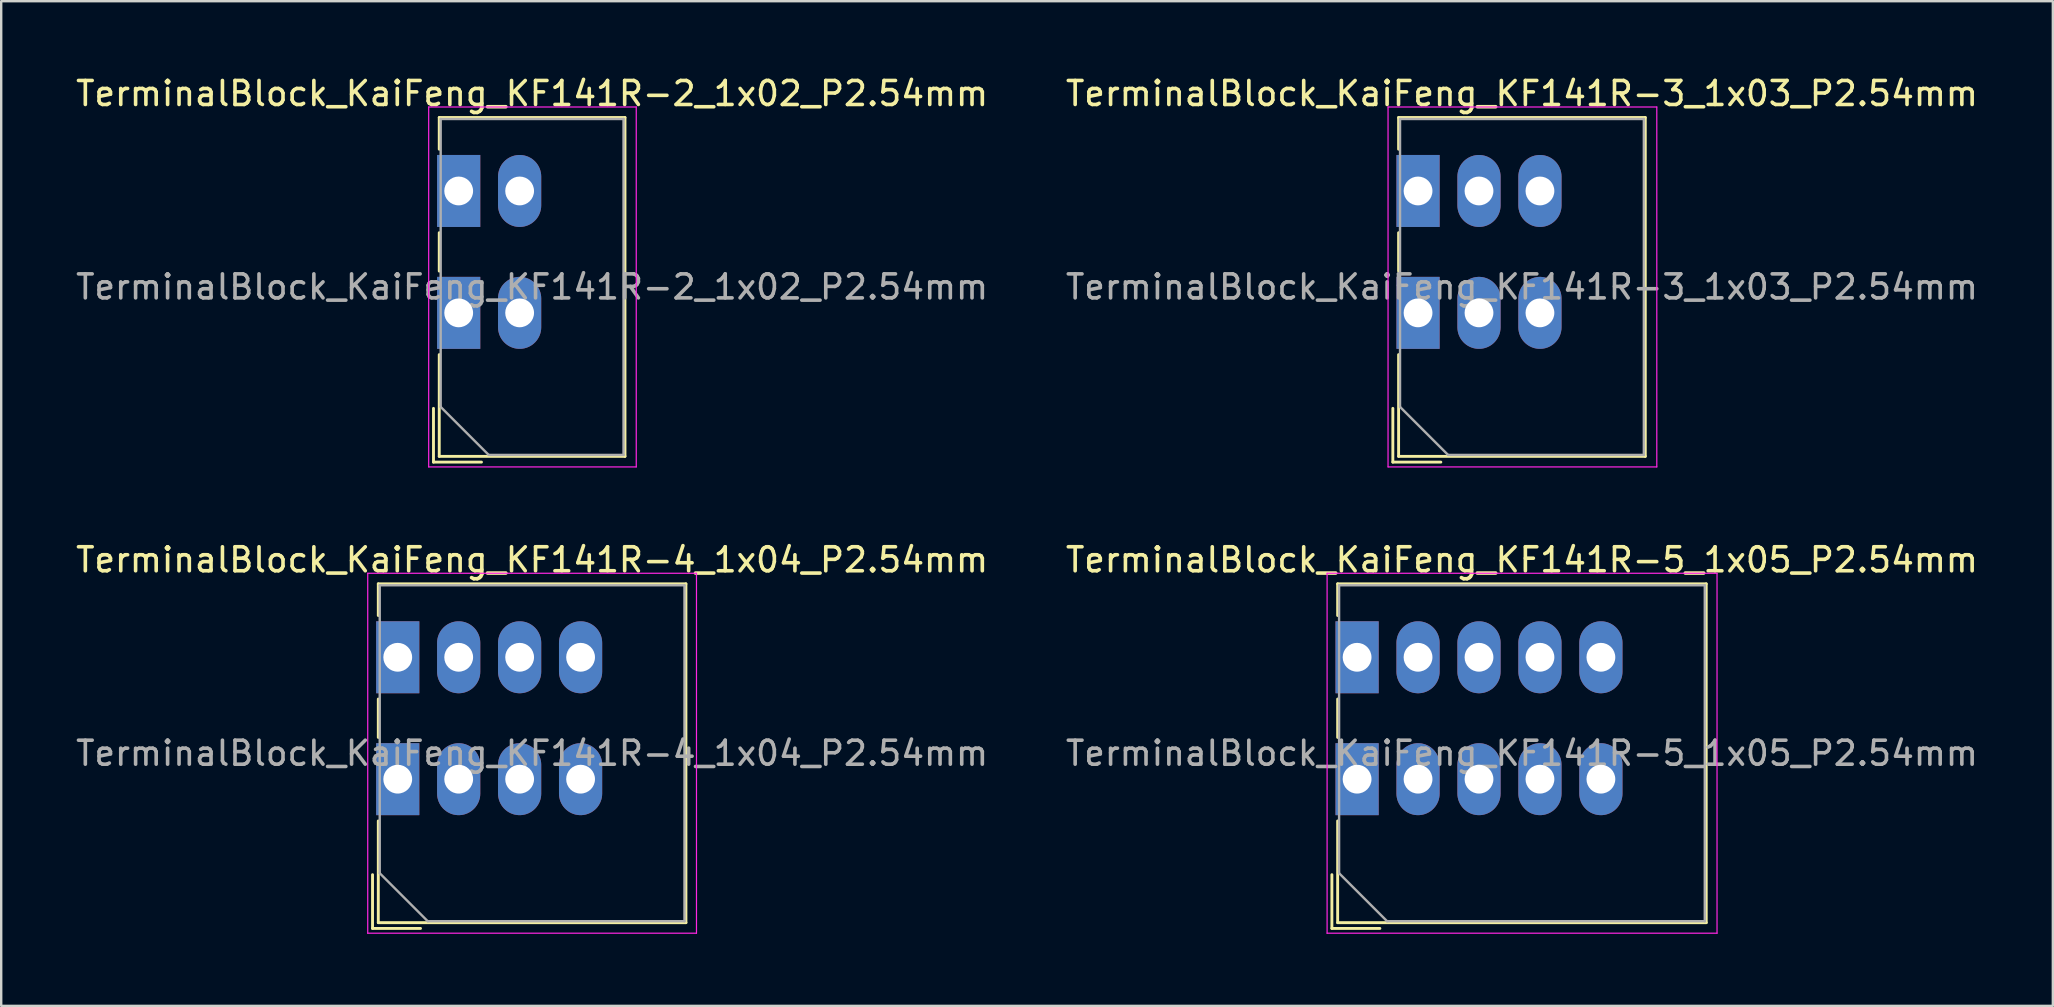
<source format=kicad_pcb>
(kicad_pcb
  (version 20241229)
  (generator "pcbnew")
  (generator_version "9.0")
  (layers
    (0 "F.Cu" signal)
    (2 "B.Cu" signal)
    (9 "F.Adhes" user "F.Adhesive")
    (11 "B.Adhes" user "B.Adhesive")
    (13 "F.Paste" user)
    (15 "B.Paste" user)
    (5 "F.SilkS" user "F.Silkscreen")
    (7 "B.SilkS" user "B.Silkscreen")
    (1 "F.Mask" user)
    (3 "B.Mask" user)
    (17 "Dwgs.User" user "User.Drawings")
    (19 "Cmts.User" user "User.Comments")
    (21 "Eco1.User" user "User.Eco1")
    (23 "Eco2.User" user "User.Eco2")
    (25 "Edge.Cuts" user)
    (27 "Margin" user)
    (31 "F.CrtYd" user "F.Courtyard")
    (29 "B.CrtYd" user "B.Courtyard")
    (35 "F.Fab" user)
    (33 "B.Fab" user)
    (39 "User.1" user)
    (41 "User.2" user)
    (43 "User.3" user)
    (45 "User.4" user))
  (footprint "TerminalBlock_KaiFeng_KF141R-3_1x03_P2.54mm"
    (layer "F.Cu")
    (at 56.045 4.908)
    (property "Reference" "TerminalBlock_KaiFeng_KF141R-3_1x03_P2.54mm" (at 4.33 -4.06 0) (layer "F.SilkS") (effects (font (size 1 1) (thickness 0.15))))
    (attr through_hole)
    (fp_line (start -1.05 9.06) (end -1.05 11.3) (stroke (width 0.12) (type solid)) (layer "F.SilkS"))
    (fp_line (start -1.05 11.3) (end 0.95 11.3) (stroke (width 0.12) (type solid)) (layer "F.SilkS"))
    (fp_line (start -0.81 -3.06) (end -0.81 -1.74) (stroke (width 0.12) (type solid)) (layer "F.SilkS"))
    (fp_line (start -0.81 -3.06) (end 9.47 -3.06) (stroke (width 0.12) (type solid)) (layer "F.SilkS"))
    (fp_line (start -0.81 1.74) (end -0.81 3.34) (stroke (width 0.12) (type solid)) (layer "F.SilkS"))
    (fp_line (start -0.81 6.82) (end -0.81 11.06) (stroke (width 0.12) (type solid)) (layer "F.SilkS"))
    (fp_line (start -0.81 11.06) (end 9.47 11.06) (stroke (width 0.12) (type solid)) (layer "F.SilkS"))
    (fp_line (start 9.47 -3.06) (end 9.47 11.06) (stroke (width 0.12) (type solid)) (layer "F.SilkS"))
    (fp_line (start -1.25 -3.5) (end -1.25 11.5) (stroke (width 0.05) (type solid)) (layer "F.CrtYd"))
    (fp_line (start -1.25 11.5) (end 9.95 11.5) (stroke (width 0.05) (type solid)) (layer "F.CrtYd"))
    (fp_line (start 9.95 -3.5) (end -1.25 -3.5) (stroke (width 0.05) (type solid)) (layer "F.CrtYd"))
    (fp_line (start 9.95 11.5) (end 9.95 -3.5) (stroke (width 0.05) (type solid)) (layer "F.CrtYd"))
    (fp_line (start -0.75 -3) (end 9.41 -3) (stroke (width 0.1) (type solid)) (layer "F.Fab"))
    (fp_line (start -0.75 9) (end -0.75 -3) (stroke (width 0.1) (type solid)) (layer "F.Fab"))
    (fp_line (start 1.25 11) (end -0.75 9) (stroke (width 0.1) (type solid)) (layer "F.Fab"))
    (fp_line (start 9.41 -3) (end 9.41 11) (stroke (width 0.1) (type solid)) (layer "F.Fab"))
    (fp_line (start 9.41 11) (end 1.25 11) (stroke (width 0.1) (type solid)) (layer "F.Fab"))
    (fp_text user "${REFERENCE}" (at 4.33 4 0) (layer "F.Fab") (effects (font (size 1 1) (thickness 0.15))))
    (pad "1" thru_hole rect (at 0 0) (size 1.8 3) (drill 1.2) (layers "*.Cu" "*.Mask"))
    (pad "1" thru_hole rect (at 0 5.08) (size 1.8 3) (drill 1.2) (layers "*.Cu" "*.Mask"))
    (pad "2" thru_hole oval (at 2.54 0) (size 1.8 3) (drill 1.2) (layers "*.Cu" "*.Mask"))
    (pad "2" thru_hole oval (at 2.54 5.08) (size 1.8 3) (drill 1.2) (layers "*.Cu" "*.Mask"))
    (pad "3" thru_hole oval (at 5.08 0) (size 1.8 3) (drill 1.2) (layers "*.Cu" "*.Mask"))
    (pad "3" thru_hole oval (at 5.08 5.08) (size 1.8 3) (drill 1.2) (layers "*.Cu" "*.Mask")))
  (footprint "TerminalBlock_KaiFeng_KF141R-4_1x04_P2.54mm"
    (layer "F.Cu")
    (at 13.525 24.341)
    (property "Reference" "TerminalBlock_KaiFeng_KF141R-4_1x04_P2.54mm" (at 5.6 -4.06 0) (layer "F.SilkS") (effects (font (size 1 1) (thickness 0.15))))
    (attr through_hole)
    (fp_line (start -1.05 9.06) (end -1.05 11.3) (stroke (width 0.12) (type solid)) (layer "F.SilkS"))
    (fp_line (start -1.05 11.3) (end 0.95 11.3) (stroke (width 0.12) (type solid)) (layer "F.SilkS"))
    (fp_line (start -0.81 -3.06) (end -0.81 -1.74) (stroke (width 0.12) (type solid)) (layer "F.SilkS"))
    (fp_line (start -0.81 -3.06) (end 12.01 -3.06) (stroke (width 0.12) (type solid)) (layer "F.SilkS"))
    (fp_line (start -0.81 1.74) (end -0.81 3.34) (stroke (width 0.12) (type solid)) (layer "F.SilkS"))
    (fp_line (start -0.81 6.82) (end -0.81 11.06) (stroke (width 0.12) (type solid)) (layer "F.SilkS"))
    (fp_line (start -0.81 11.06) (end 12.01 11.06) (stroke (width 0.12) (type solid)) (layer "F.SilkS"))
    (fp_line (start 12.01 -3.06) (end 12.01 11.06) (stroke (width 0.12) (type solid)) (layer "F.SilkS"))
    (fp_line (start -1.25 -3.5) (end -1.25 11.5) (stroke (width 0.05) (type solid)) (layer "F.CrtYd"))
    (fp_line (start -1.25 11.5) (end 12.45 11.5) (stroke (width 0.05) (type solid)) (layer "F.CrtYd"))
    (fp_line (start 12.45 -3.5) (end -1.25 -3.5) (stroke (width 0.05) (type solid)) (layer "F.CrtYd"))
    (fp_line (start 12.45 11.5) (end 12.45 -3.5) (stroke (width 0.05) (type solid)) (layer "F.CrtYd"))
    (fp_line (start -0.75 -3) (end 11.95 -3) (stroke (width 0.1) (type solid)) (layer "F.Fab"))
    (fp_line (start -0.75 9) (end -0.75 -3) (stroke (width 0.1) (type solid)) (layer "F.Fab"))
    (fp_line (start 1.25 11) (end -0.75 9) (stroke (width 0.1) (type solid)) (layer "F.Fab"))
    (fp_line (start 11.95 -3) (end 11.95 11) (stroke (width 0.1) (type solid)) (layer "F.Fab"))
    (fp_line (start 11.95 11) (end 1.25 11) (stroke (width 0.1) (type solid)) (layer "F.Fab"))
    (fp_text user "${REFERENCE}" (at 5.6 4 0) (layer "F.Fab") (effects (font (size 1 1) (thickness 0.15))))
    (pad "1" thru_hole rect (at 0 0) (size 1.8 3) (drill 1.2) (layers "*.Cu" "*.Mask"))
    (pad "1" thru_hole rect (at 0 5.08) (size 1.8 3) (drill 1.2) (layers "*.Cu" "*.Mask"))
    (pad "2" thru_hole oval (at 2.54 0) (size 1.8 3) (drill 1.2) (layers "*.Cu" "*.Mask"))
    (pad "2" thru_hole oval (at 2.54 5.08) (size 1.8 3) (drill 1.2) (layers "*.Cu" "*.Mask"))
    (pad "3" thru_hole oval (at 5.08 0) (size 1.8 3) (drill 1.2) (layers "*.Cu" "*.Mask"))
    (pad "3" thru_hole oval (at 5.08 5.08) (size 1.8 3) (drill 1.2) (layers "*.Cu" "*.Mask"))
    (pad "4" thru_hole oval (at 7.62 0) (size 1.8 3) (drill 1.2) (layers "*.Cu" "*.Mask"))
    (pad "4" thru_hole oval (at 7.62 5.08) (size 1.8 3) (drill 1.2) (layers "*.Cu" "*.Mask")))
  (footprint "TerminalBlock_KaiFeng_KF141R-2_1x02_P2.54mm"
    (layer "F.Cu")
    (at 16.065 4.908)
    (property "Reference" "TerminalBlock_KaiFeng_KF141R-2_1x02_P2.54mm" (at 3.06 -4.06 0) (layer "F.SilkS") (effects (font (size 1 1) (thickness 0.15))))
    (attr through_hole)
    (fp_line (start -1.05 9.06) (end -1.05 11.3) (stroke (width 0.12) (type solid)) (layer "F.SilkS"))
    (fp_line (start -1.05 11.3) (end 0.95 11.3) (stroke (width 0.12) (type solid)) (layer "F.SilkS"))
    (fp_line (start -0.81 -3.06) (end -0.81 -1.74) (stroke (width 0.12) (type solid)) (layer "F.SilkS"))
    (fp_line (start -0.81 -3.06) (end 6.93 -3.06) (stroke (width 0.12) (type solid)) (layer "F.SilkS"))
    (fp_line (start -0.81 1.74) (end -0.81 3.34) (stroke (width 0.12) (type solid)) (layer "F.SilkS"))
    (fp_line (start -0.81 6.82) (end -0.81 11.06) (stroke (width 0.12) (type solid)) (layer "F.SilkS"))
    (fp_line (start -0.81 11.06) (end 6.93 11.06) (stroke (width 0.12) (type solid)) (layer "F.SilkS"))
    (fp_line (start 6.93 -3.06) (end 6.93 11.06) (stroke (width 0.12) (type solid)) (layer "F.SilkS"))
    (fp_line (start -1.25 -3.5) (end -1.25 11.5) (stroke (width 0.05) (type solid)) (layer "F.CrtYd"))
    (fp_line (start -1.25 11.5) (end 7.4 11.5) (stroke (width 0.05) (type solid)) (layer "F.CrtYd"))
    (fp_line (start 7.4 -3.5) (end -1.25 -3.5) (stroke (width 0.05) (type solid)) (layer "F.CrtYd"))
    (fp_line (start 7.4 11.5) (end 7.4 -3.5) (stroke (width 0.05) (type solid)) (layer "F.CrtYd"))
    (fp_line (start -0.75 -3) (end 6.87 -3) (stroke (width 0.1) (type solid)) (layer "F.Fab"))
    (fp_line (start -0.75 9) (end -0.75 -3) (stroke (width 0.1) (type solid)) (layer "F.Fab"))
    (fp_line (start 1.25 11) (end -0.75 9) (stroke (width 0.1) (type solid)) (layer "F.Fab"))
    (fp_line (start 6.87 -3) (end 6.87 11) (stroke (width 0.1) (type solid)) (layer "F.Fab"))
    (fp_line (start 6.87 11) (end 1.25 11) (stroke (width 0.1) (type solid)) (layer "F.Fab"))
    (fp_text user "${REFERENCE}" (at 3.06 4 0) (layer "F.Fab") (effects (font (size 1 1) (thickness 0.15))))
    (pad "1" thru_hole rect (at 0 0) (size 1.8 3) (drill 1.2) (layers "*.Cu" "*.Mask"))
    (pad "1" thru_hole rect (at 0 5.08) (size 1.8 3) (drill 1.2) (layers "*.Cu" "*.Mask"))
    (pad "2" thru_hole oval (at 2.54 0) (size 1.8 3) (drill 1.2) (layers "*.Cu" "*.Mask"))
    (pad "2" thru_hole oval (at 2.54 5.08) (size 1.8 3) (drill 1.2) (layers "*.Cu" "*.Mask")))
  (footprint "TerminalBlock_KaiFeng_KF141R-5_1x05_P2.54mm"
    (layer "F.Cu")
    (at 53.505 24.341)
    (property "Reference" "TerminalBlock_KaiFeng_KF141R-5_1x05_P2.54mm" (at 6.87 -4.06 0) (layer "F.SilkS") (effects (font (size 1 1) (thickness 0.15))))
    (attr through_hole)
    (fp_line (start -1.05 9.06) (end -1.05 11.3) (stroke (width 0.12) (type solid)) (layer "F.SilkS"))
    (fp_line (start -1.05 11.3) (end 0.95 11.3) (stroke (width 0.12) (type solid)) (layer "F.SilkS"))
    (fp_line (start -0.81 -3.06) (end -0.81 -1.74) (stroke (width 0.12) (type solid)) (layer "F.SilkS"))
    (fp_line (start -0.81 -3.06) (end 14.55 -3.06) (stroke (width 0.12) (type solid)) (layer "F.SilkS"))
    (fp_line (start -0.81 1.74) (end -0.81 3.34) (stroke (width 0.12) (type solid)) (layer "F.SilkS"))
    (fp_line (start -0.81 6.82) (end -0.81 11.06) (stroke (width 0.12) (type solid)) (layer "F.SilkS"))
    (fp_line (start -0.81 11.06) (end 14.55 11.06) (stroke (width 0.12) (type solid)) (layer "F.SilkS"))
    (fp_line (start 14.55 -3.06) (end 14.55 11.06) (stroke (width 0.12) (type solid)) (layer "F.SilkS"))
    (fp_line (start -1.25 -3.5) (end -1.25 11.5) (stroke (width 0.05) (type solid)) (layer "F.CrtYd"))
    (fp_line (start -1.25 11.5) (end 15 11.5) (stroke (width 0.05) (type solid)) (layer "F.CrtYd"))
    (fp_line (start 15 -3.5) (end -1.25 -3.5) (stroke (width 0.05) (type solid)) (layer "F.CrtYd"))
    (fp_line (start 15 11.5) (end 15 -3.5) (stroke (width 0.05) (type solid)) (layer "F.CrtYd"))
    (fp_line (start -0.75 -3) (end 14.49 -3) (stroke (width 0.1) (type solid)) (layer "F.Fab"))
    (fp_line (start -0.75 9) (end -0.75 -3) (stroke (width 0.1) (type solid)) (layer "F.Fab"))
    (fp_line (start 1.25 11) (end -0.75 9) (stroke (width 0.1) (type solid)) (layer "F.Fab"))
    (fp_line (start 14.49 -3) (end 14.49 11) (stroke (width 0.1) (type solid)) (layer "F.Fab"))
    (fp_line (start 14.49 11) (end 1.25 11) (stroke (width 0.1) (type solid)) (layer "F.Fab"))
    (fp_text user "${REFERENCE}" (at 6.87 4 0) (layer "F.Fab") (effects (font (size 1 1) (thickness 0.15))))
    (pad "1" thru_hole rect (at 0 0) (size 1.8 3) (drill 1.2) (layers "*.Cu" "*.Mask"))
    (pad "1" thru_hole rect (at 0 5.08) (size 1.8 3) (drill 1.2) (layers "*.Cu" "*.Mask"))
    (pad "2" thru_hole oval (at 2.54 0) (size 1.8 3) (drill 1.2) (layers "*.Cu" "*.Mask"))
    (pad "2" thru_hole oval (at 2.54 5.08) (size 1.8 3) (drill 1.2) (layers "*.Cu" "*.Mask"))
    (pad "3" thru_hole oval (at 5.08 0) (size 1.8 3) (drill 1.2) (layers "*.Cu" "*.Mask"))
    (pad "3" thru_hole oval (at 5.08 5.08) (size 1.8 3) (drill 1.2) (layers "*.Cu" "*.Mask"))
    (pad "4" thru_hole oval (at 7.62 0) (size 1.8 3) (drill 1.2) (layers "*.Cu" "*.Mask"))
    (pad "4" thru_hole oval (at 7.62 5.08) (size 1.8 3) (drill 1.2) (layers "*.Cu" "*.Mask"))
    (pad "5" thru_hole oval (at 10.16 0) (size 1.8 3) (drill 1.2) (layers "*.Cu" "*.Mask"))
    (pad "5" thru_hole oval (at 10.16 5.08) (size 1.8 3) (drill 1.2) (layers "*.Cu" "*.Mask")))
  (gr_rect
    (start -3 -3)
    (end 82.5 38.867)
    (stroke (width 0.1) (type default))
    (fill no)
    (layer "Edge.Cuts")))
</source>
